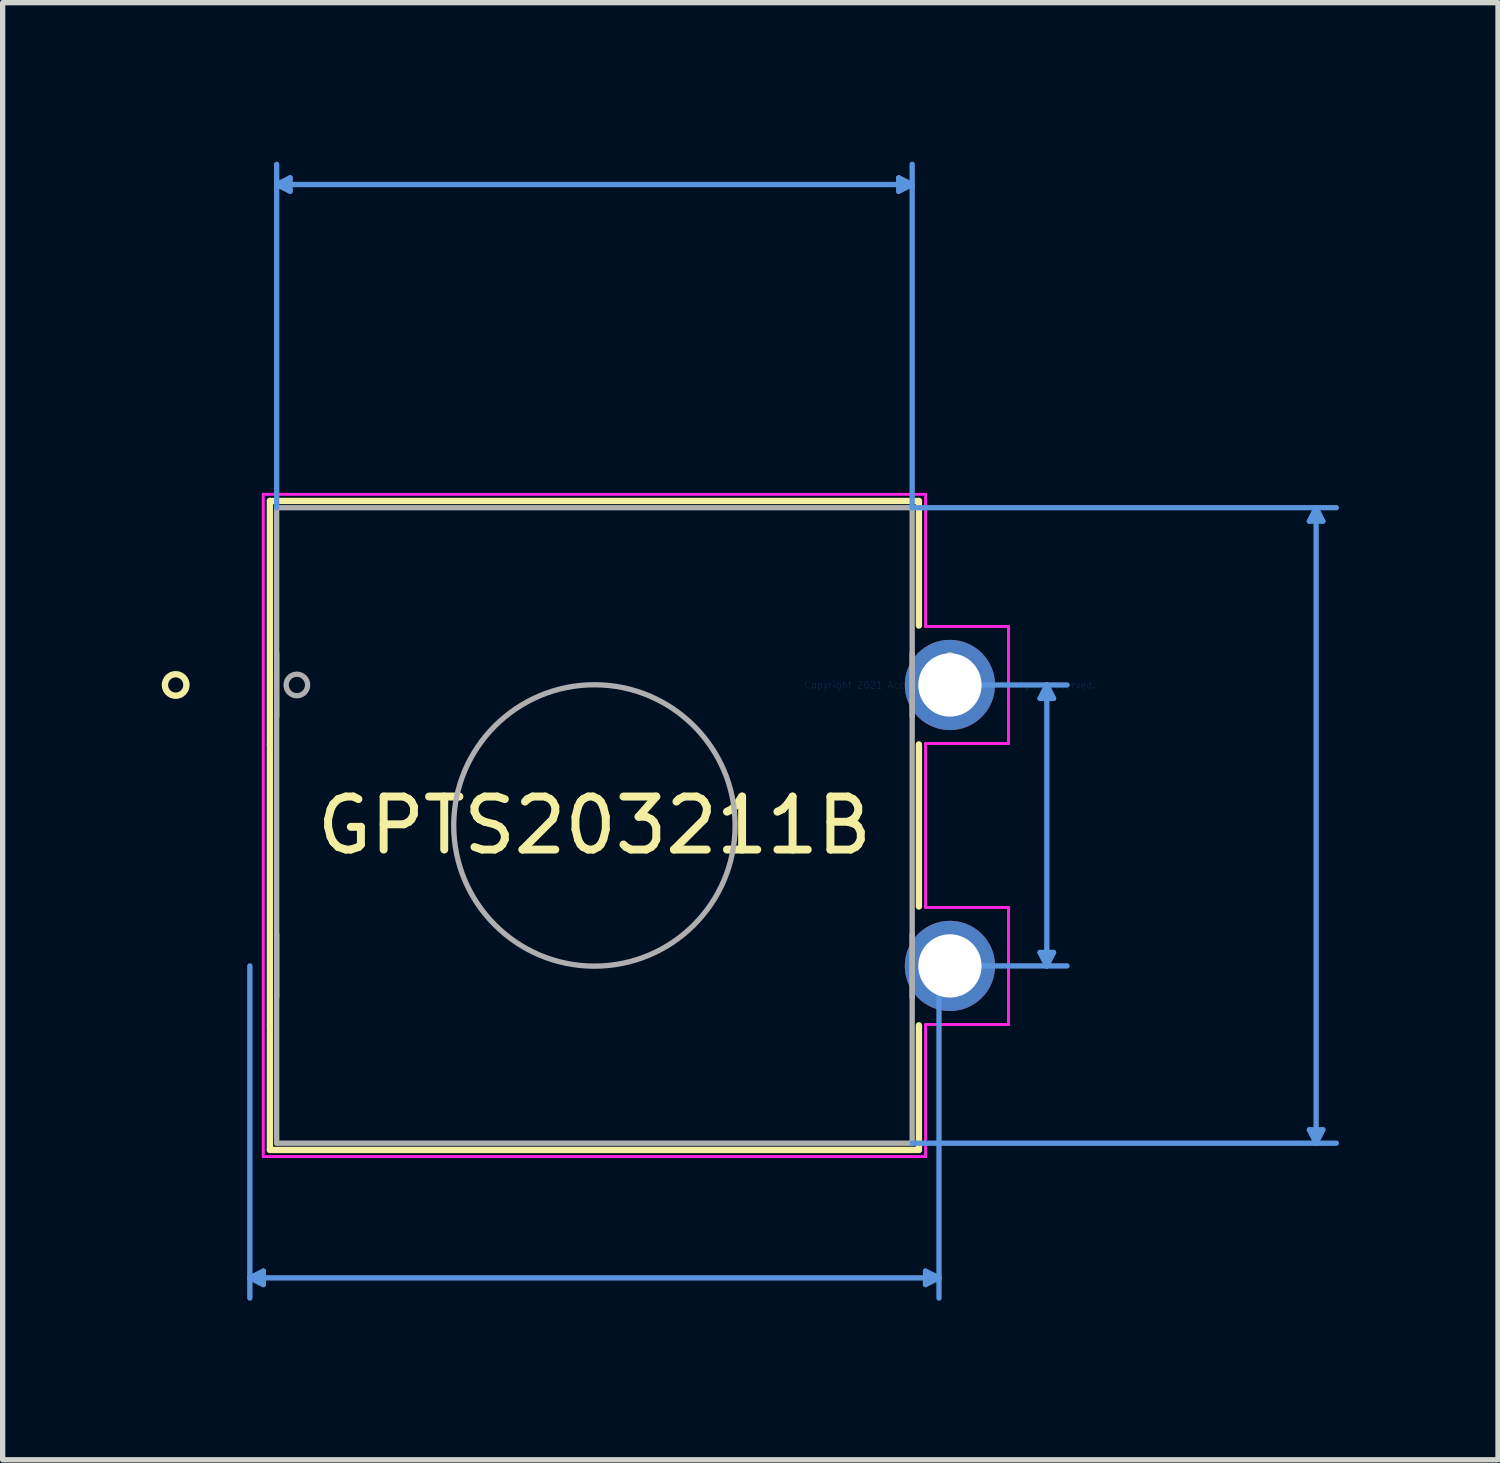
<source format=kicad_pcb>
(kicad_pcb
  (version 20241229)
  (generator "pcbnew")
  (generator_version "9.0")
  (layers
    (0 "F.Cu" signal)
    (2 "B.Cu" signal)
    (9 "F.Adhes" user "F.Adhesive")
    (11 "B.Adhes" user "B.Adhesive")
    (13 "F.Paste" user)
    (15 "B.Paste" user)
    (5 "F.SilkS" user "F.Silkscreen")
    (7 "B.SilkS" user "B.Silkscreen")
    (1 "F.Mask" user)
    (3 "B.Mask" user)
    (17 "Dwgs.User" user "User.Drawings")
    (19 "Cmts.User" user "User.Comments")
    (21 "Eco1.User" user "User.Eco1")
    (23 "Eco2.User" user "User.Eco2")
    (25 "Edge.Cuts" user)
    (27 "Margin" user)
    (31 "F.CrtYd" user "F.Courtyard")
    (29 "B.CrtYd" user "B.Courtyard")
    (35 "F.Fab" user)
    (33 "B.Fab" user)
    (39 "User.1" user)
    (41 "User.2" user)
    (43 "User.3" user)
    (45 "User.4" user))
  (footprint "GPTS203211B"
    (layer "F.Cu")
    (at 14.869 9.871)
    (property "Reference" "GPTS203211B" (at -6.706 2.65 0) (layer "F.SilkS") (effects (font (size 1 1) (thickness 0.15))))
    (attr through_hole)
    (fp_line (start -12.827 -3.471) (end -12.827 1.121) (stroke (width 0.12) (type solid)) (layer "F.SilkS"))
    (fp_line (start -12.827 1.121) (end -12.827 6.421) (stroke (width 0.12) (type solid)) (layer "F.SilkS"))
    (fp_line (start -12.827 6.421) (end -12.827 8.771) (stroke (width 0.12) (type solid)) (layer "F.SilkS"))
    (fp_line (start -12.827 8.771) (end -0.585 8.771) (stroke (width 0.12) (type solid)) (layer "F.SilkS"))
    (fp_line (start -0.585 -3.471) (end -12.827 -3.471) (stroke (width 0.12) (type solid)) (layer "F.SilkS"))
    (fp_line (start -0.585 -1.121) (end -0.585 -3.471) (stroke (width 0.12) (type solid)) (layer "F.SilkS"))
    (fp_line (start -0.585 4.179) (end -0.585 1.121) (stroke (width 0.12) (type solid)) (layer "F.SilkS"))
    (fp_line (start -0.585 8.771) (end -0.585 6.421) (stroke (width 0.12) (type solid)) (layer "F.SilkS"))
    (fp_circle (center -14.605 0) (end -14.402 0) (stroke (width 0.12) (type solid)) (fill no) (layer "F.SilkS"))
    (fp_line (start -13.206 5.3) (end -13.206 11.565) (stroke (width 0.1) (type solid)) (layer "Cmts.User"))
    (fp_line (start -13.206 11.184) (end -12.952 11.057) (stroke (width 0.1) (type solid)) (layer "Cmts.User"))
    (fp_line (start -13.206 11.184) (end -12.952 11.311) (stroke (width 0.1) (type solid)) (layer "Cmts.User"))
    (fp_line (start -13.206 11.184) (end -0.206 11.184) (stroke (width 0.1) (type solid)) (layer "Cmts.User"))
    (fp_line (start -12.952 11.057) (end -12.952 11.311) (stroke (width 0.1) (type solid)) (layer "Cmts.User"))
    (fp_line (start -12.7 -9.44) (end -12.446 -9.567) (stroke (width 0.1) (type solid)) (layer "Cmts.User"))
    (fp_line (start -12.7 -9.44) (end -12.446 -9.313) (stroke (width 0.1) (type solid)) (layer "Cmts.User"))
    (fp_line (start -12.7 -9.44) (end -0.712 -9.44) (stroke (width 0.1) (type solid)) (layer "Cmts.User"))
    (fp_line (start -12.7 -3.344) (end -12.7 -9.821) (stroke (width 0.1) (type solid)) (layer "Cmts.User"))
    (fp_line (start -12.446 -9.567) (end -12.446 -9.313) (stroke (width 0.1) (type solid)) (layer "Cmts.User"))
    (fp_line (start -0.966 -9.567) (end -0.966 -9.313) (stroke (width 0.1) (type solid)) (layer "Cmts.User"))
    (fp_line (start -0.712 -9.44) (end -0.966 -9.567) (stroke (width 0.1) (type solid)) (layer "Cmts.User"))
    (fp_line (start -0.712 -9.44) (end -0.966 -9.313) (stroke (width 0.1) (type solid)) (layer "Cmts.User"))
    (fp_line (start -0.712 -3.344) (end -0.712 -9.821) (stroke (width 0.1) (type solid)) (layer "Cmts.User"))
    (fp_line (start -0.712 -3.344) (end 7.289 -3.344) (stroke (width 0.1) (type solid)) (layer "Cmts.User"))
    (fp_line (start -0.712 8.644) (end 7.289 8.644) (stroke (width 0.1) (type solid)) (layer "Cmts.User"))
    (fp_line (start -0.46 11.057) (end -0.46 11.311) (stroke (width 0.1) (type solid)) (layer "Cmts.User"))
    (fp_line (start -0.206 0) (end 2.209 0) (stroke (width 0.1) (type solid)) (layer "Cmts.User"))
    (fp_line (start -0.206 5.3) (end -0.206 11.565) (stroke (width 0.1) (type solid)) (layer "Cmts.User"))
    (fp_line (start -0.206 5.3) (end 2.209 5.3) (stroke (width 0.1) (type solid)) (layer "Cmts.User"))
    (fp_line (start -0.206 11.184) (end -0.46 11.057) (stroke (width 0.1) (type solid)) (layer "Cmts.User"))
    (fp_line (start -0.206 11.184) (end -0.46 11.311) (stroke (width 0.1) (type solid)) (layer "Cmts.User"))
    (fp_line (start 1.701 0.254) (end 1.955 0.254) (stroke (width 0.1) (type solid)) (layer "Cmts.User"))
    (fp_line (start 1.701 5.046) (end 1.955 5.046) (stroke (width 0.1) (type solid)) (layer "Cmts.User"))
    (fp_line (start 1.828 0) (end 1.701 0.254) (stroke (width 0.1) (type solid)) (layer "Cmts.User"))
    (fp_line (start 1.828 0) (end 1.828 5.3) (stroke (width 0.1) (type solid)) (layer "Cmts.User"))
    (fp_line (start 1.828 0) (end 1.955 0.254) (stroke (width 0.1) (type solid)) (layer "Cmts.User"))
    (fp_line (start 1.828 5.3) (end 1.701 5.046) (stroke (width 0.1) (type solid)) (layer "Cmts.User"))
    (fp_line (start 1.828 5.3) (end 1.955 5.046) (stroke (width 0.1) (type solid)) (layer "Cmts.User"))
    (fp_line (start 6.781 -3.09) (end 7.035 -3.09) (stroke (width 0.1) (type solid)) (layer "Cmts.User"))
    (fp_line (start 6.781 8.39) (end 7.035 8.39) (stroke (width 0.1) (type solid)) (layer "Cmts.User"))
    (fp_line (start 6.908 -3.344) (end 6.781 -3.09) (stroke (width 0.1) (type solid)) (layer "Cmts.User"))
    (fp_line (start 6.908 -3.344) (end 6.908 8.644) (stroke (width 0.1) (type solid)) (layer "Cmts.User"))
    (fp_line (start 6.908 -3.344) (end 7.035 -3.09) (stroke (width 0.1) (type solid)) (layer "Cmts.User"))
    (fp_line (start 6.908 8.644) (end 6.781 8.39) (stroke (width 0.1) (type solid)) (layer "Cmts.User"))
    (fp_line (start 6.908 8.644) (end 7.035 8.39) (stroke (width 0.1) (type solid)) (layer "Cmts.User"))
    (fp_line (start -12.954 -3.598) (end -12.954 8.898) (stroke (width 0.05) (type solid)) (layer "F.CrtYd"))
    (fp_line (start -12.954 -3.598) (end -12.954 8.898) (stroke (width 0.05) (type solid)) (layer "F.CrtYd"))
    (fp_line (start -12.954 8.898) (end -0.458 8.898) (stroke (width 0.05) (type solid)) (layer "F.CrtYd"))
    (fp_line (start -12.954 8.898) (end -0.458 8.898) (stroke (width 0.05) (type solid)) (layer "F.CrtYd"))
    (fp_line (start -0.458 -3.598) (end -12.954 -3.598) (stroke (width 0.05) (type solid)) (layer "F.CrtYd"))
    (fp_line (start -0.458 -3.598) (end -12.954 -3.598) (stroke (width 0.05) (type solid)) (layer "F.CrtYd"))
    (fp_line (start -0.458 -1.105) (end -0.458 -3.598) (stroke (width 0.05) (type solid)) (layer "F.CrtYd"))
    (fp_line (start -0.458 -1.105) (end -0.458 -3.598) (stroke (width 0.05) (type solid)) (layer "F.CrtYd"))
    (fp_line (start -0.458 1.105) (end 1.105 1.105) (stroke (width 0.05) (type solid)) (layer "F.CrtYd"))
    (fp_line (start -0.458 1.105) (end 1.105 1.105) (stroke (width 0.05) (type solid)) (layer "F.CrtYd"))
    (fp_line (start -0.458 4.195) (end -0.458 1.105) (stroke (width 0.05) (type solid)) (layer "F.CrtYd"))
    (fp_line (start -0.458 4.195) (end -0.458 1.105) (stroke (width 0.05) (type solid)) (layer "F.CrtYd"))
    (fp_line (start -0.458 6.405) (end 1.105 6.405) (stroke (width 0.05) (type solid)) (layer "F.CrtYd"))
    (fp_line (start -0.458 6.405) (end 1.105 6.405) (stroke (width 0.05) (type solid)) (layer "F.CrtYd"))
    (fp_line (start -0.458 8.898) (end -0.458 6.405) (stroke (width 0.05) (type solid)) (layer "F.CrtYd"))
    (fp_line (start -0.458 8.898) (end -0.458 6.405) (stroke (width 0.05) (type solid)) (layer "F.CrtYd"))
    (fp_line (start 1.105 -1.105) (end -0.458 -1.105) (stroke (width 0.05) (type solid)) (layer "F.CrtYd"))
    (fp_line (start 1.105 -1.105) (end -0.458 -1.105) (stroke (width 0.05) (type solid)) (layer "F.CrtYd"))
    (fp_line (start 1.105 1.105) (end 1.105 -1.105) (stroke (width 0.05) (type solid)) (layer "F.CrtYd"))
    (fp_line (start 1.105 1.105) (end 1.105 -1.105) (stroke (width 0.05) (type solid)) (layer "F.CrtYd"))
    (fp_line (start 1.105 4.195) (end -0.458 4.195) (stroke (width 0.05) (type solid)) (layer "F.CrtYd"))
    (fp_line (start 1.105 4.195) (end -0.458 4.195) (stroke (width 0.05) (type solid)) (layer "F.CrtYd"))
    (fp_line (start 1.105 6.405) (end 1.105 4.195) (stroke (width 0.05) (type solid)) (layer "F.CrtYd"))
    (fp_line (start 1.105 6.405) (end 1.105 4.195) (stroke (width 0.05) (type solid)) (layer "F.CrtYd"))
    (fp_line (start -12.7 -3.344) (end -12.7 8.644) (stroke (width 0.1) (type solid)) (layer "F.Fab"))
    (fp_line (start -12.7 0.597) (end -12.7 -0.597) (stroke (width 0.1) (type solid)) (layer "F.Fab"))
    (fp_line (start -12.7 5.897) (end -12.7 4.703) (stroke (width 0.1) (type solid)) (layer "F.Fab"))
    (fp_line (start -12.7 8.644) (end -0.712 8.644) (stroke (width 0.1) (type solid)) (layer "F.Fab"))
    (fp_line (start -0.712 -3.344) (end -12.7 -3.344) (stroke (width 0.1) (type solid)) (layer "F.Fab"))
    (fp_line (start -0.712 -0.597) (end -0.712 0.597) (stroke (width 0.1) (type solid)) (layer "F.Fab"))
    (fp_line (start -0.712 4.703) (end -0.712 5.897) (stroke (width 0.1) (type solid)) (layer "F.Fab"))
    (fp_line (start -0.712 8.644) (end -0.712 -3.344) (stroke (width 0.1) (type solid)) (layer "F.Fab"))
    (fp_line (start -0.254 0) (end 0.254 0) (stroke (width 0.1) (type solid)) (layer "F.Fab"))
    (fp_line (start 0 0.254) (end 0 -0.254) (stroke (width 0.1) (type solid)) (layer "F.Fab"))
    (fp_circle (center -12.319 0) (end -12.116 0) (stroke (width 0.1) (type solid)) (fill no) (layer "F.Fab"))
    (fp_circle (center -6.706 2.65) (end -4.052 2.65) (stroke (width 0.1) (type solid)) (fill no) (layer "F.Fab"))
    (fp_text user "*" (at 0 0 0) (layer "F.SilkS") (effects (font (size 1 1) (thickness 0.15))))
    (fp_text user "Copyright 2021 Accelerated Designs. All rights reserved." (at 0 0 0) (layer "Cmts.User") (effects (font (size 0.127 0.127) (thickness 0.002))))
    (fp_text user "*" (at 0 0 0) (layer "F.Fab") (effects (font (size 1 1) (thickness 0.15))))
    (pad "1" thru_hole circle (at 0 0) (size 1.702 1.702) (drill 1.194) (layers "*.Cu" "*.Mask"))
    (pad "6" thru_hole circle (at 0 5.3) (size 1.702 1.702) (drill 1.194) (layers "*.Cu" "*.Mask")))
  (gr_rect
    (start -3 -3)
    (end 25.208 24.487)
    (stroke (width 0.1) (type default))
    (fill no)
    (layer "Edge.Cuts")))
</source>
